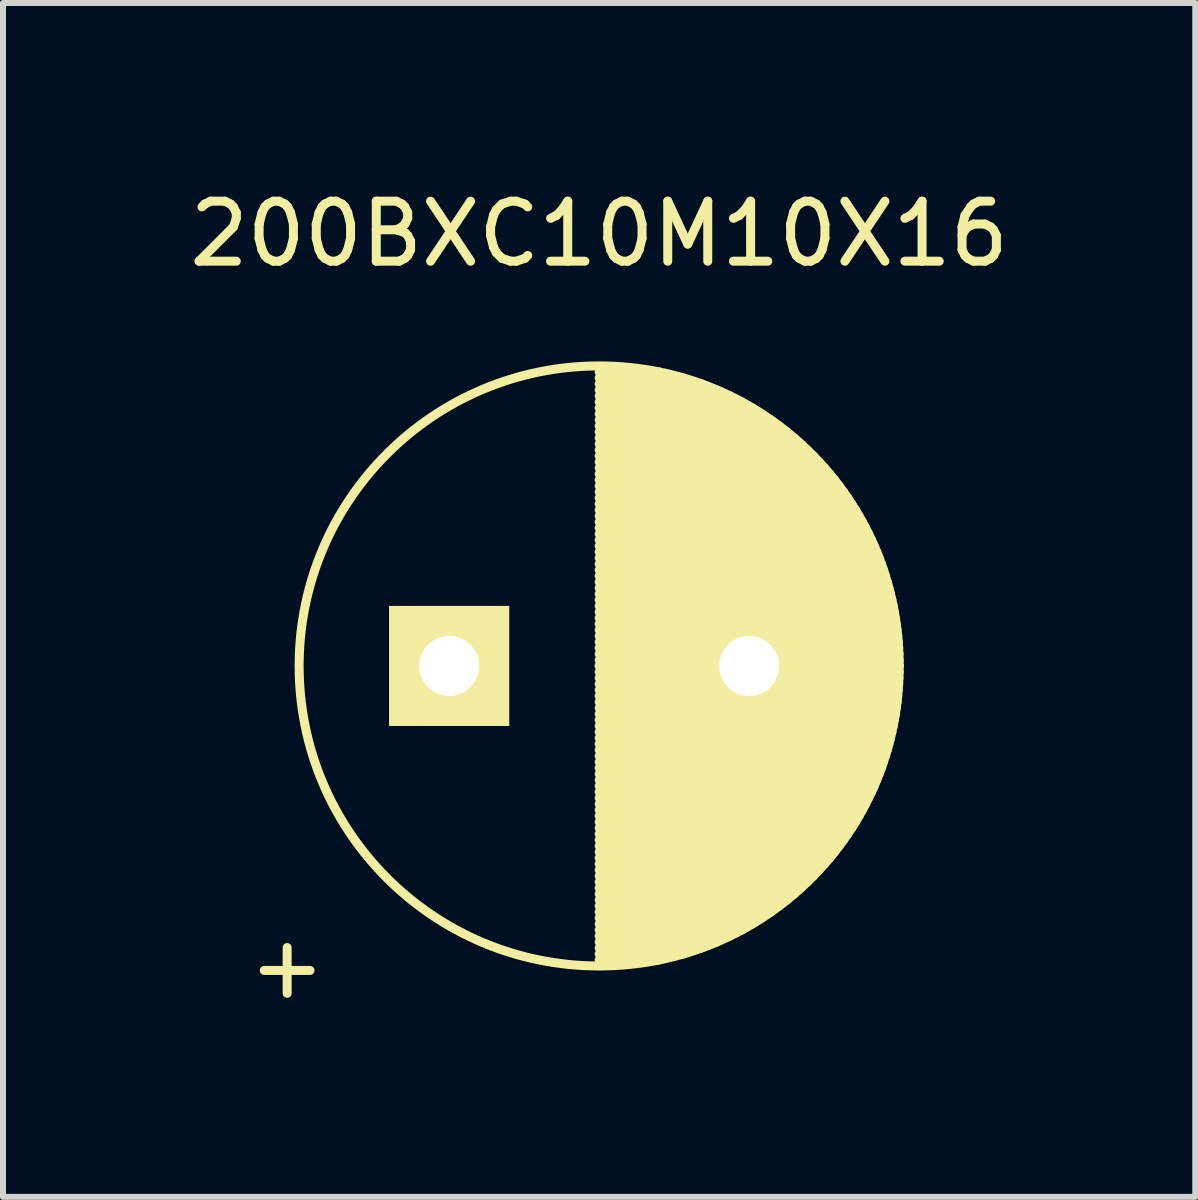
<source format=kicad_pcb>
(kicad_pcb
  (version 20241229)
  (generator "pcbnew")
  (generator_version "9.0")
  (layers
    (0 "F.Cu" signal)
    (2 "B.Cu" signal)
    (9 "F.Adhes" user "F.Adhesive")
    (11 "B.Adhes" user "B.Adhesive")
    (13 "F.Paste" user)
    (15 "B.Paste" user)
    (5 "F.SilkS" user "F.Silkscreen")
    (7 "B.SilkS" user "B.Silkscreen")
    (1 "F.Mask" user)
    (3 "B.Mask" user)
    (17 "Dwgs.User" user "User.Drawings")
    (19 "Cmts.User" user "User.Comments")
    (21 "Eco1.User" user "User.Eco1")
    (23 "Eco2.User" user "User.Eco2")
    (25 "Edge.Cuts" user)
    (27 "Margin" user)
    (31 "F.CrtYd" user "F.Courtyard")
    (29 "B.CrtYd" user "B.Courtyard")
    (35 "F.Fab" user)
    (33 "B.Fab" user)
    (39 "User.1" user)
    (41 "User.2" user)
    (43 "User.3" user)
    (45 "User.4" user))
  (footprint "200BXC10M10X16"
    (layer "F.Cu")
    (at 4.435 8.048)
    (property "Reference" "200BXC10M10X16" (at 2.5 -7.2 0) (layer "F.SilkS") (effects (font (size 1 1) (thickness 0.15))))
    (attr through_hole)
    (fp_line (start 2.5 -4.9) (end 3.495 -4.9) (stroke (width 0.15) (type solid)) (layer "F.SilkS"))
    (fp_line (start 2.5 -4.8) (end 3.9 -4.8) (stroke (width 0.15) (type solid)) (layer "F.SilkS"))
    (fp_line (start 2.5 -4.7) (end 4.206 -4.7) (stroke (width 0.15) (type solid)) (layer "F.SilkS"))
    (fp_line (start 2.5 -4.6) (end 4.46 -4.6) (stroke (width 0.15) (type solid)) (layer "F.SilkS"))
    (fp_line (start 2.5 -4.5) (end 4.679 -4.5) (stroke (width 0.15) (type solid)) (layer "F.SilkS"))
    (fp_line (start 2.5 -4.4) (end 4.875 -4.4) (stroke (width 0.15) (type solid)) (layer "F.SilkS"))
    (fp_line (start 2.5 -4.3) (end 5.051 -4.3) (stroke (width 0.15) (type solid)) (layer "F.SilkS"))
    (fp_line (start 2.5 -4.2) (end 5.213 -4.2) (stroke (width 0.15) (type solid)) (layer "F.SilkS"))
    (fp_line (start 2.5 -4.1) (end 5.362 -4.1) (stroke (width 0.15) (type solid)) (layer "F.SilkS"))
    (fp_line (start 2.5 -4) (end 5.5 -4) (stroke (width 0.15) (type solid)) (layer "F.SilkS"))
    (fp_line (start 2.5 -3.9) (end 5.629 -3.9) (stroke (width 0.15) (type solid)) (layer "F.SilkS"))
    (fp_line (start 2.5 -3.8) (end 5.75 -3.8) (stroke (width 0.15) (type solid)) (layer "F.SilkS"))
    (fp_line (start 2.5 -3.7) (end 5.863 -3.7) (stroke (width 0.15) (type solid)) (layer "F.SilkS"))
    (fp_line (start 2.5 -3.6) (end 5.97 -3.6) (stroke (width 0.15) (type solid)) (layer "F.SilkS"))
    (fp_line (start 2.5 -3.5) (end 6.071 -3.5) (stroke (width 0.15) (type solid)) (layer "F.SilkS"))
    (fp_line (start 2.5 -3.4) (end 6.166 -3.4) (stroke (width 0.15) (type solid)) (layer "F.SilkS"))
    (fp_line (start 2.5 -3.3) (end 6.256 -3.3) (stroke (width 0.15) (type solid)) (layer "F.SilkS"))
    (fp_line (start 2.5 -3.2) (end 6.342 -3.2) (stroke (width 0.15) (type solid)) (layer "F.SilkS"))
    (fp_line (start 2.5 -3.1) (end 6.423 -3.1) (stroke (width 0.15) (type solid)) (layer "F.SilkS"))
    (fp_line (start 2.5 -3) (end 6.5 -3) (stroke (width 0.15) (type solid)) (layer "F.SilkS"))
    (fp_line (start 2.5 -2.9) (end 6.573 -2.9) (stroke (width 0.15) (type solid)) (layer "F.SilkS"))
    (fp_line (start 2.5 -2.8) (end 6.642 -2.8) (stroke (width 0.15) (type solid)) (layer "F.SilkS"))
    (fp_line (start 2.5 -2.7) (end 6.708 -2.7) (stroke (width 0.15) (type solid)) (layer "F.SilkS"))
    (fp_line (start 2.5 -2.6) (end 6.771 -2.6) (stroke (width 0.15) (type solid)) (layer "F.SilkS"))
    (fp_line (start 2.5 -2.5) (end 6.83 -2.5) (stroke (width 0.15) (type solid)) (layer "F.SilkS"))
    (fp_line (start 2.5 -2.4) (end 6.886 -2.4) (stroke (width 0.15) (type solid)) (layer "F.SilkS"))
    (fp_line (start 2.5 -2.3) (end 6.94 -2.3) (stroke (width 0.15) (type solid)) (layer "F.SilkS"))
    (fp_line (start 2.5 -2.2) (end 6.99 -2.2) (stroke (width 0.15) (type solid)) (layer "F.SilkS"))
    (fp_line (start 2.5 -2.1) (end 7.038 -2.1) (stroke (width 0.15) (type solid)) (layer "F.SilkS"))
    (fp_line (start 2.5 -2) (end 7.083 -2) (stroke (width 0.15) (type solid)) (layer "F.SilkS"))
    (fp_line (start 2.5 -1.9) (end 7.125 -1.9) (stroke (width 0.15) (type solid)) (layer "F.SilkS"))
    (fp_line (start 2.5 -1.8) (end 7.165 -1.8) (stroke (width 0.15) (type solid)) (layer "F.SilkS"))
    (fp_line (start 2.5 -1.7) (end 7.202 -1.7) (stroke (width 0.15) (type solid)) (layer "F.SilkS"))
    (fp_line (start 2.5 -1.6) (end 7.237 -1.6) (stroke (width 0.15) (type solid)) (layer "F.SilkS"))
    (fp_line (start 2.5 -1.5) (end 7.27 -1.5) (stroke (width 0.15) (type solid)) (layer "F.SilkS"))
    (fp_line (start 2.5 -1.4) (end 7.3 -1.4) (stroke (width 0.15) (type solid)) (layer "F.SilkS"))
    (fp_line (start 2.5 -1.3) (end 7.328 -1.3) (stroke (width 0.15) (type solid)) (layer "F.SilkS"))
    (fp_line (start 2.5 -1.2) (end 7.354 -1.2) (stroke (width 0.15) (type solid)) (layer "F.SilkS"))
    (fp_line (start 2.5 -1.1) (end 7.377 -1.1) (stroke (width 0.15) (type solid)) (layer "F.SilkS"))
    (fp_line (start 2.5 -1) (end 7.399 -1) (stroke (width 0.15) (type solid)) (layer "F.SilkS"))
    (fp_line (start 2.5 -0.9) (end 7.418 -0.9) (stroke (width 0.15) (type solid)) (layer "F.SilkS"))
    (fp_line (start 2.5 -0.8) (end 7.436 -0.8) (stroke (width 0.15) (type solid)) (layer "F.SilkS"))
    (fp_line (start 2.5 -0.7) (end 7.451 -0.7) (stroke (width 0.15) (type solid)) (layer "F.SilkS"))
    (fp_line (start 2.5 -0.6) (end 7.464 -0.6) (stroke (width 0.15) (type solid)) (layer "F.SilkS"))
    (fp_line (start 2.5 -0.5) (end 7.475 -0.5) (stroke (width 0.15) (type solid)) (layer "F.SilkS"))
    (fp_line (start 2.5 -0.4) (end 7.484 -0.4) (stroke (width 0.15) (type solid)) (layer "F.SilkS"))
    (fp_line (start 2.5 -0.3) (end 7.491 -0.3) (stroke (width 0.15) (type solid)) (layer "F.SilkS"))
    (fp_line (start 2.5 -0.2) (end 7.496 -0.2) (stroke (width 0.15) (type solid)) (layer "F.SilkS"))
    (fp_line (start 2.5 -0.1) (end 7.499 -0.1) (stroke (width 0.15) (type solid)) (layer "F.SilkS"))
    (fp_line (start 2.5 0) (end 7.5 0) (stroke (width 0.15) (type solid)) (layer "F.SilkS"))
    (fp_line (start 2.5 0) (end 7.5 0) (stroke (width 0.15) (type solid)) (layer "F.SilkS"))
    (fp_line (start 2.5 0.1) (end 7.499 0.1) (stroke (width 0.15) (type solid)) (layer "F.SilkS"))
    (fp_line (start 2.5 0.2) (end 7.496 0.2) (stroke (width 0.15) (type solid)) (layer "F.SilkS"))
    (fp_line (start 2.5 0.3) (end 7.491 0.3) (stroke (width 0.15) (type solid)) (layer "F.SilkS"))
    (fp_line (start 2.5 0.4) (end 7.484 0.4) (stroke (width 0.15) (type solid)) (layer "F.SilkS"))
    (fp_line (start 2.5 0.5) (end 7.475 0.5) (stroke (width 0.15) (type solid)) (layer "F.SilkS"))
    (fp_line (start 2.5 0.6) (end 7.464 0.6) (stroke (width 0.15) (type solid)) (layer "F.SilkS"))
    (fp_line (start 2.5 0.7) (end 7.451 0.7) (stroke (width 0.15) (type solid)) (layer "F.SilkS"))
    (fp_line (start 2.5 0.8) (end 7.436 0.8) (stroke (width 0.15) (type solid)) (layer "F.SilkS"))
    (fp_line (start 2.5 0.9) (end 7.418 0.9) (stroke (width 0.15) (type solid)) (layer "F.SilkS"))
    (fp_line (start 2.5 1) (end 7.399 1) (stroke (width 0.15) (type solid)) (layer "F.SilkS"))
    (fp_line (start 2.5 1.1) (end 7.377 1.1) (stroke (width 0.15) (type solid)) (layer "F.SilkS"))
    (fp_line (start 2.5 1.2) (end 7.354 1.2) (stroke (width 0.15) (type solid)) (layer "F.SilkS"))
    (fp_line (start 2.5 1.3) (end 7.328 1.3) (stroke (width 0.15) (type solid)) (layer "F.SilkS"))
    (fp_line (start 2.5 1.4) (end 7.3 1.4) (stroke (width 0.15) (type solid)) (layer "F.SilkS"))
    (fp_line (start 2.5 1.5) (end 7.27 1.5) (stroke (width 0.15) (type solid)) (layer "F.SilkS"))
    (fp_line (start 2.5 1.6) (end 7.237 1.6) (stroke (width 0.15) (type solid)) (layer "F.SilkS"))
    (fp_line (start 2.5 1.7) (end 7.202 1.7) (stroke (width 0.15) (type solid)) (layer "F.SilkS"))
    (fp_line (start 2.5 1.8) (end 7.165 1.8) (stroke (width 0.15) (type solid)) (layer "F.SilkS"))
    (fp_line (start 2.5 1.9) (end 7.125 1.9) (stroke (width 0.15) (type solid)) (layer "F.SilkS"))
    (fp_line (start 2.5 2) (end 7.083 2) (stroke (width 0.15) (type solid)) (layer "F.SilkS"))
    (fp_line (start 2.5 2.1) (end 7.038 2.1) (stroke (width 0.15) (type solid)) (layer "F.SilkS"))
    (fp_line (start 2.5 2.2) (end 6.99 2.2) (stroke (width 0.15) (type solid)) (layer "F.SilkS"))
    (fp_line (start 2.5 2.3) (end 6.94 2.3) (stroke (width 0.15) (type solid)) (layer "F.SilkS"))
    (fp_line (start 2.5 2.4) (end 6.886 2.4) (stroke (width 0.15) (type solid)) (layer "F.SilkS"))
    (fp_line (start 2.5 2.5) (end 6.83 2.5) (stroke (width 0.15) (type solid)) (layer "F.SilkS"))
    (fp_line (start 2.5 2.6) (end 6.771 2.6) (stroke (width 0.15) (type solid)) (layer "F.SilkS"))
    (fp_line (start 2.5 2.7) (end 6.708 2.7) (stroke (width 0.15) (type solid)) (layer "F.SilkS"))
    (fp_line (start 2.5 2.8) (end 6.642 2.8) (stroke (width 0.15) (type solid)) (layer "F.SilkS"))
    (fp_line (start 2.5 2.9) (end 6.573 2.9) (stroke (width 0.15) (type solid)) (layer "F.SilkS"))
    (fp_line (start 2.5 3) (end 6.5 3) (stroke (width 0.15) (type solid)) (layer "F.SilkS"))
    (fp_line (start 2.5 3.1) (end 6.423 3.1) (stroke (width 0.15) (type solid)) (layer "F.SilkS"))
    (fp_line (start 2.5 3.2) (end 6.342 3.2) (stroke (width 0.15) (type solid)) (layer "F.SilkS"))
    (fp_line (start 2.5 3.3) (end 6.256 3.3) (stroke (width 0.15) (type solid)) (layer "F.SilkS"))
    (fp_line (start 2.5 3.4) (end 6.166 3.4) (stroke (width 0.15) (type solid)) (layer "F.SilkS"))
    (fp_line (start 2.5 3.5) (end 6.071 3.5) (stroke (width 0.15) (type solid)) (layer "F.SilkS"))
    (fp_line (start 2.5 3.6) (end 5.97 3.6) (stroke (width 0.15) (type solid)) (layer "F.SilkS"))
    (fp_line (start 2.5 3.7) (end 5.863 3.7) (stroke (width 0.15) (type solid)) (layer "F.SilkS"))
    (fp_line (start 2.5 3.8) (end 5.75 3.8) (stroke (width 0.15) (type solid)) (layer "F.SilkS"))
    (fp_line (start 2.5 3.9) (end 5.629 3.9) (stroke (width 0.15) (type solid)) (layer "F.SilkS"))
    (fp_line (start 2.5 4) (end 5.5 4) (stroke (width 0.15) (type solid)) (layer "F.SilkS"))
    (fp_line (start 2.5 4.1) (end 5.362 4.1) (stroke (width 0.15) (type solid)) (layer "F.SilkS"))
    (fp_line (start 2.5 4.2) (end 5.213 4.2) (stroke (width 0.15) (type solid)) (layer "F.SilkS"))
    (fp_line (start 2.5 4.3) (end 5.051 4.3) (stroke (width 0.15) (type solid)) (layer "F.SilkS"))
    (fp_line (start 2.5 4.4) (end 4.875 4.4) (stroke (width 0.15) (type solid)) (layer "F.SilkS"))
    (fp_line (start 2.5 4.5) (end 4.679 4.5) (stroke (width 0.15) (type solid)) (layer "F.SilkS"))
    (fp_line (start 2.5 4.6) (end 4.46 4.6) (stroke (width 0.15) (type solid)) (layer "F.SilkS"))
    (fp_line (start 2.5 4.7) (end 4.206 4.7) (stroke (width 0.15) (type solid)) (layer "F.SilkS"))
    (fp_line (start 2.5 4.8) (end 3.9 4.8) (stroke (width 0.15) (type solid)) (layer "F.SilkS"))
    (fp_line (start 2.5 4.9) (end 3.495 4.9) (stroke (width 0.15) (type solid)) (layer "F.SilkS"))
    (fp_circle (center 2.5 0) (end 2.5 -5) (stroke (width 0.15) (type solid)) (fill no) (layer "F.SilkS"))
    (fp_text user "+" (at -2.7 5 0) (layer "F.SilkS") (effects (font (size 1 1) (thickness 0.15))))
    (pad "1" thru_hole rect (at 0 0) (size 2 2) (drill 1) (layers "*.Cu" "*.Mask" "F.SilkS"))
    (pad "2" thru_hole circle (at 5 0) (size 2 2) (drill 1) (layers "*.Cu" "*.Mask" "F.SilkS")))
  (gr_rect
    (start -3 -3)
    (end 16.869 16.896)
    (stroke (width 0.1) (type default))
    (fill no)
    (layer "Edge.Cuts")))
</source>
